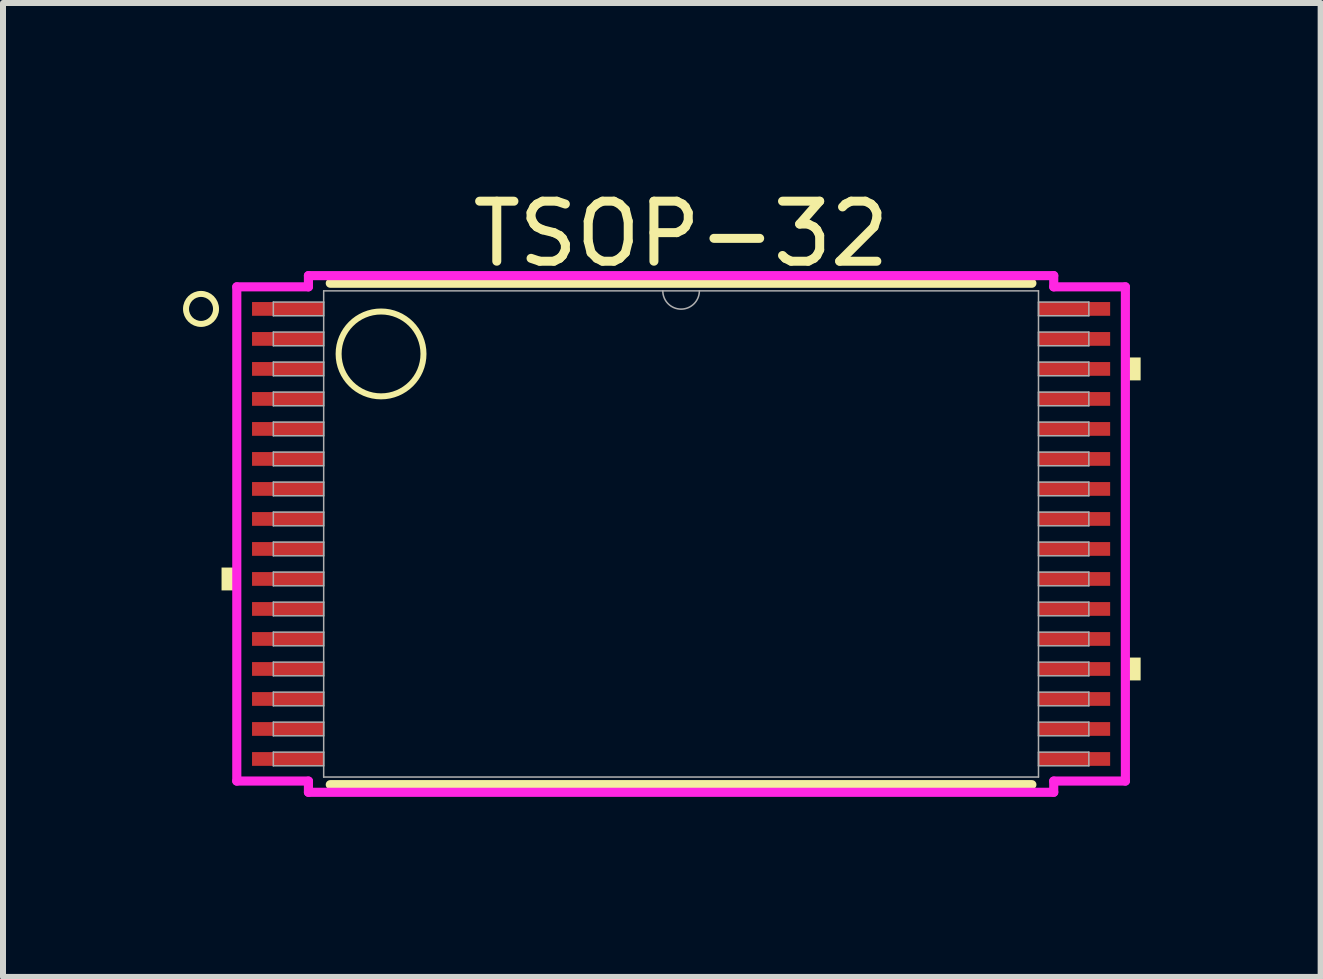
<source format=kicad_pcb>
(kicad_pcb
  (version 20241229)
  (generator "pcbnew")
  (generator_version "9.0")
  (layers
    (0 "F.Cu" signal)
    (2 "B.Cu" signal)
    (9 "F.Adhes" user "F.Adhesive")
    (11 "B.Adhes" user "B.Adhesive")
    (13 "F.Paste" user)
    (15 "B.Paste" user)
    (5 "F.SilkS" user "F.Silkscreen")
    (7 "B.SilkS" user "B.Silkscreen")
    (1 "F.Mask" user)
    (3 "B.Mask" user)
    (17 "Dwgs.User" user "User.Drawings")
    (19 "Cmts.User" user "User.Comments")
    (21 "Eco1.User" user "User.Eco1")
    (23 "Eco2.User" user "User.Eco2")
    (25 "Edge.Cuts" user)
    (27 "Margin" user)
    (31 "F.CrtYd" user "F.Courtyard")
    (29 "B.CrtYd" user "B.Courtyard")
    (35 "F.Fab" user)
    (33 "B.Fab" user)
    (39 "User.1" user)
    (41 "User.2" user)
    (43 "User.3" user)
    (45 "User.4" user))
  (footprint "TSOP-32"
    (layer "F.Cu")
    (at 8.3 5.848)
    (property "Reference" "TSOP-32" (at 0 -5 0) (unlocked yes) (layer "F.SilkS") (effects (font (size 1 1) (thickness 0.15))))
    (attr smd)
    (fp_line (start -5.846 4.178) (end 5.846 4.178) (stroke (width 0.152) (type solid)) (layer "F.SilkS"))
    (fp_line (start 5.846 -4.178) (end -5.846 -4.178) (stroke (width 0.152) (type solid)) (layer "F.SilkS"))
    (fp_circle (center -8 -3.75) (end -8.25 -3.75) (stroke (width 0.1) (type default)) (fill no) (layer "F.SilkS"))
    (fp_circle (center -5 -3) (end -4.5 -3.5) (stroke (width 0.1) (type default)) (fill no) (layer "F.SilkS"))
    (fp_poly (pts (xy -7.658 0.56) (xy -7.658 0.941) (xy -7.404 0.941) (xy -7.404 0.56)) (stroke (width 0) (type solid)) (fill yes) (layer "F.SilkS"))
    (fp_poly (pts (xy 7.658 -2.941) (xy 7.658 -2.559) (xy 7.404 -2.559) (xy 7.404 -2.941)) (stroke (width 0) (type solid)) (fill yes) (layer "F.SilkS"))
    (fp_poly (pts (xy 7.658 2.06) (xy 7.658 2.441) (xy 7.404 2.441) (xy 7.404 2.06)) (stroke (width 0) (type solid)) (fill yes) (layer "F.SilkS"))
    (fp_line (start -7.404 -4.118) (end -6.21 -4.118) (stroke (width 0.152) (type solid)) (layer "F.CrtYd"))
    (fp_line (start -7.404 4.118) (end -7.404 -4.118) (stroke (width 0.152) (type solid)) (layer "F.CrtYd"))
    (fp_line (start -7.404 4.118) (end -6.21 4.118) (stroke (width 0.152) (type solid)) (layer "F.CrtYd"))
    (fp_line (start -6.21 -4.305) (end 6.21 -4.305) (stroke (width 0.152) (type solid)) (layer "F.CrtYd"))
    (fp_line (start -6.21 -4.118) (end -6.21 -4.305) (stroke (width 0.152) (type solid)) (layer "F.CrtYd"))
    (fp_line (start -6.21 4.305) (end -6.21 4.118) (stroke (width 0.152) (type solid)) (layer "F.CrtYd"))
    (fp_line (start 6.21 -4.305) (end 6.21 -4.118) (stroke (width 0.152) (type solid)) (layer "F.CrtYd"))
    (fp_line (start 6.21 4.118) (end 6.21 4.305) (stroke (width 0.152) (type solid)) (layer "F.CrtYd"))
    (fp_line (start 6.21 4.305) (end -6.21 4.305) (stroke (width 0.152) (type solid)) (layer "F.CrtYd"))
    (fp_line (start 7.404 -4.118) (end 6.21 -4.118) (stroke (width 0.152) (type solid)) (layer "F.CrtYd"))
    (fp_line (start 7.404 -4.118) (end 7.404 4.118) (stroke (width 0.152) (type solid)) (layer "F.CrtYd"))
    (fp_line (start 7.404 4.118) (end 6.21 4.118) (stroke (width 0.152) (type solid)) (layer "F.CrtYd"))
    (fp_line (start -6.795 -3.864) (end -6.795 -3.636) (stroke (width 0.025) (type solid)) (layer "F.Fab"))
    (fp_line (start -6.795 -3.636) (end -5.956 -3.636) (stroke (width 0.025) (type solid)) (layer "F.Fab"))
    (fp_line (start -6.795 -3.364) (end -6.795 -3.136) (stroke (width 0.025) (type solid)) (layer "F.Fab"))
    (fp_line (start -6.795 -3.136) (end -5.956 -3.136) (stroke (width 0.025) (type solid)) (layer "F.Fab"))
    (fp_line (start -6.795 -2.864) (end -6.795 -2.636) (stroke (width 0.025) (type solid)) (layer "F.Fab"))
    (fp_line (start -6.795 -2.636) (end -5.956 -2.636) (stroke (width 0.025) (type solid)) (layer "F.Fab"))
    (fp_line (start -6.795 -2.364) (end -6.795 -2.136) (stroke (width 0.025) (type solid)) (layer "F.Fab"))
    (fp_line (start -6.795 -2.136) (end -5.956 -2.136) (stroke (width 0.025) (type solid)) (layer "F.Fab"))
    (fp_line (start -6.795 -1.864) (end -6.795 -1.636) (stroke (width 0.025) (type solid)) (layer "F.Fab"))
    (fp_line (start -6.795 -1.636) (end -5.956 -1.636) (stroke (width 0.025) (type solid)) (layer "F.Fab"))
    (fp_line (start -6.795 -1.364) (end -6.795 -1.136) (stroke (width 0.025) (type solid)) (layer "F.Fab"))
    (fp_line (start -6.795 -1.136) (end -5.956 -1.136) (stroke (width 0.025) (type solid)) (layer "F.Fab"))
    (fp_line (start -6.795 -0.864) (end -6.795 -0.636) (stroke (width 0.025) (type solid)) (layer "F.Fab"))
    (fp_line (start -6.795 -0.636) (end -5.956 -0.636) (stroke (width 0.025) (type solid)) (layer "F.Fab"))
    (fp_line (start -6.795 -0.364) (end -6.795 -0.136) (stroke (width 0.025) (type solid)) (layer "F.Fab"))
    (fp_line (start -6.795 -0.136) (end -5.956 -0.136) (stroke (width 0.025) (type solid)) (layer "F.Fab"))
    (fp_line (start -6.795 0.136) (end -6.795 0.364) (stroke (width 0.025) (type solid)) (layer "F.Fab"))
    (fp_line (start -6.795 0.364) (end -5.956 0.364) (stroke (width 0.025) (type solid)) (layer "F.Fab"))
    (fp_line (start -6.795 0.636) (end -6.795 0.864) (stroke (width 0.025) (type solid)) (layer "F.Fab"))
    (fp_line (start -6.795 0.864) (end -5.956 0.864) (stroke (width 0.025) (type solid)) (layer "F.Fab"))
    (fp_line (start -6.795 1.136) (end -6.795 1.364) (stroke (width 0.025) (type solid)) (layer "F.Fab"))
    (fp_line (start -6.795 1.364) (end -5.956 1.364) (stroke (width 0.025) (type solid)) (layer "F.Fab"))
    (fp_line (start -6.795 1.636) (end -6.795 1.864) (stroke (width 0.025) (type solid)) (layer "F.Fab"))
    (fp_line (start -6.795 1.864) (end -5.956 1.864) (stroke (width 0.025) (type solid)) (layer "F.Fab"))
    (fp_line (start -6.795 2.136) (end -6.795 2.364) (stroke (width 0.025) (type solid)) (layer "F.Fab"))
    (fp_line (start -6.795 2.364) (end -5.956 2.364) (stroke (width 0.025) (type solid)) (layer "F.Fab"))
    (fp_line (start -6.795 2.636) (end -6.795 2.864) (stroke (width 0.025) (type solid)) (layer "F.Fab"))
    (fp_line (start -6.795 2.864) (end -5.956 2.864) (stroke (width 0.025) (type solid)) (layer "F.Fab"))
    (fp_line (start -6.795 3.136) (end -6.795 3.364) (stroke (width 0.025) (type solid)) (layer "F.Fab"))
    (fp_line (start -6.795 3.364) (end -5.956 3.364) (stroke (width 0.025) (type solid)) (layer "F.Fab"))
    (fp_line (start -6.795 3.636) (end -6.795 3.864) (stroke (width 0.025) (type solid)) (layer "F.Fab"))
    (fp_line (start -6.795 3.864) (end -5.956 3.864) (stroke (width 0.025) (type solid)) (layer "F.Fab"))
    (fp_line (start -5.956 -4.051) (end -5.956 4.051) (stroke (width 0.025) (type solid)) (layer "F.Fab"))
    (fp_line (start -5.956 -3.864) (end -6.795 -3.864) (stroke (width 0.025) (type solid)) (layer "F.Fab"))
    (fp_line (start -5.956 -3.636) (end -5.956 -3.864) (stroke (width 0.025) (type solid)) (layer "F.Fab"))
    (fp_line (start -5.956 -3.364) (end -6.795 -3.364) (stroke (width 0.025) (type solid)) (layer "F.Fab"))
    (fp_line (start -5.956 -3.136) (end -5.956 -3.364) (stroke (width 0.025) (type solid)) (layer "F.Fab"))
    (fp_line (start -5.956 -2.864) (end -6.795 -2.864) (stroke (width 0.025) (type solid)) (layer "F.Fab"))
    (fp_line (start -5.956 -2.636) (end -5.956 -2.864) (stroke (width 0.025) (type solid)) (layer "F.Fab"))
    (fp_line (start -5.956 -2.364) (end -6.795 -2.364) (stroke (width 0.025) (type solid)) (layer "F.Fab"))
    (fp_line (start -5.956 -2.136) (end -5.956 -2.364) (stroke (width 0.025) (type solid)) (layer "F.Fab"))
    (fp_line (start -5.956 -1.864) (end -6.795 -1.864) (stroke (width 0.025) (type solid)) (layer "F.Fab"))
    (fp_line (start -5.956 -1.636) (end -5.956 -1.864) (stroke (width 0.025) (type solid)) (layer "F.Fab"))
    (fp_line (start -5.956 -1.364) (end -6.795 -1.364) (stroke (width 0.025) (type solid)) (layer "F.Fab"))
    (fp_line (start -5.956 -1.136) (end -5.956 -1.364) (stroke (width 0.025) (type solid)) (layer "F.Fab"))
    (fp_line (start -5.956 -0.864) (end -6.795 -0.864) (stroke (width 0.025) (type solid)) (layer "F.Fab"))
    (fp_line (start -5.956 -0.636) (end -5.956 -0.864) (stroke (width 0.025) (type solid)) (layer "F.Fab"))
    (fp_line (start -5.956 -0.364) (end -6.795 -0.364) (stroke (width 0.025) (type solid)) (layer "F.Fab"))
    (fp_line (start -5.956 -0.136) (end -5.956 -0.364) (stroke (width 0.025) (type solid)) (layer "F.Fab"))
    (fp_line (start -5.956 0.136) (end -6.795 0.136) (stroke (width 0.025) (type solid)) (layer "F.Fab"))
    (fp_line (start -5.956 0.364) (end -5.956 0.136) (stroke (width 0.025) (type solid)) (layer "F.Fab"))
    (fp_line (start -5.956 0.636) (end -6.795 0.636) (stroke (width 0.025) (type solid)) (layer "F.Fab"))
    (fp_line (start -5.956 0.864) (end -5.956 0.636) (stroke (width 0.025) (type solid)) (layer "F.Fab"))
    (fp_line (start -5.956 1.136) (end -6.795 1.136) (stroke (width 0.025) (type solid)) (layer "F.Fab"))
    (fp_line (start -5.956 1.364) (end -5.956 1.136) (stroke (width 0.025) (type solid)) (layer "F.Fab"))
    (fp_line (start -5.956 1.636) (end -6.795 1.636) (stroke (width 0.025) (type solid)) (layer "F.Fab"))
    (fp_line (start -5.956 1.864) (end -5.956 1.636) (stroke (width 0.025) (type solid)) (layer "F.Fab"))
    (fp_line (start -5.956 2.136) (end -6.795 2.136) (stroke (width 0.025) (type solid)) (layer "F.Fab"))
    (fp_line (start -5.956 2.364) (end -5.956 2.136) (stroke (width 0.025) (type solid)) (layer "F.Fab"))
    (fp_line (start -5.956 2.636) (end -6.795 2.636) (stroke (width 0.025) (type solid)) (layer "F.Fab"))
    (fp_line (start -5.956 2.864) (end -5.956 2.636) (stroke (width 0.025) (type solid)) (layer "F.Fab"))
    (fp_line (start -5.956 3.136) (end -6.795 3.136) (stroke (width 0.025) (type solid)) (layer "F.Fab"))
    (fp_line (start -5.956 3.364) (end -5.956 3.136) (stroke (width 0.025) (type solid)) (layer "F.Fab"))
    (fp_line (start -5.956 3.636) (end -6.795 3.636) (stroke (width 0.025) (type solid)) (layer "F.Fab"))
    (fp_line (start -5.956 3.864) (end -5.956 3.636) (stroke (width 0.025) (type solid)) (layer "F.Fab"))
    (fp_line (start -5.956 4.051) (end 5.956 4.051) (stroke (width 0.025) (type solid)) (layer "F.Fab"))
    (fp_line (start 5.956 -4.051) (end -5.956 -4.051) (stroke (width 0.025) (type solid)) (layer "F.Fab"))
    (fp_line (start 5.956 -3.864) (end 5.956 -3.636) (stroke (width 0.025) (type solid)) (layer "F.Fab"))
    (fp_line (start 5.956 -3.636) (end 6.795 -3.636) (stroke (width 0.025) (type solid)) (layer "F.Fab"))
    (fp_line (start 5.956 -3.364) (end 5.956 -3.136) (stroke (width 0.025) (type solid)) (layer "F.Fab"))
    (fp_line (start 5.956 -3.136) (end 6.795 -3.136) (stroke (width 0.025) (type solid)) (layer "F.Fab"))
    (fp_line (start 5.956 -2.864) (end 5.956 -2.636) (stroke (width 0.025) (type solid)) (layer "F.Fab"))
    (fp_line (start 5.956 -2.636) (end 6.795 -2.636) (stroke (width 0.025) (type solid)) (layer "F.Fab"))
    (fp_line (start 5.956 -2.364) (end 5.956 -2.136) (stroke (width 0.025) (type solid)) (layer "F.Fab"))
    (fp_line (start 5.956 -2.136) (end 6.795 -2.136) (stroke (width 0.025) (type solid)) (layer "F.Fab"))
    (fp_line (start 5.956 -1.864) (end 5.956 -1.636) (stroke (width 0.025) (type solid)) (layer "F.Fab"))
    (fp_line (start 5.956 -1.636) (end 6.795 -1.636) (stroke (width 0.025) (type solid)) (layer "F.Fab"))
    (fp_line (start 5.956 -1.364) (end 5.956 -1.136) (stroke (width 0.025) (type solid)) (layer "F.Fab"))
    (fp_line (start 5.956 -1.136) (end 6.795 -1.136) (stroke (width 0.025) (type solid)) (layer "F.Fab"))
    (fp_line (start 5.956 -0.864) (end 5.956 -0.636) (stroke (width 0.025) (type solid)) (layer "F.Fab"))
    (fp_line (start 5.956 -0.636) (end 6.795 -0.636) (stroke (width 0.025) (type solid)) (layer "F.Fab"))
    (fp_line (start 5.956 -0.364) (end 5.956 -0.136) (stroke (width 0.025) (type solid)) (layer "F.Fab"))
    (fp_line (start 5.956 -0.136) (end 6.795 -0.136) (stroke (width 0.025) (type solid)) (layer "F.Fab"))
    (fp_line (start 5.956 0.136) (end 5.956 0.364) (stroke (width 0.025) (type solid)) (layer "F.Fab"))
    (fp_line (start 5.956 0.364) (end 6.795 0.364) (stroke (width 0.025) (type solid)) (layer "F.Fab"))
    (fp_line (start 5.956 0.636) (end 5.956 0.864) (stroke (width 0.025) (type solid)) (layer "F.Fab"))
    (fp_line (start 5.956 0.864) (end 6.795 0.864) (stroke (width 0.025) (type solid)) (layer "F.Fab"))
    (fp_line (start 5.956 1.136) (end 5.956 1.364) (stroke (width 0.025) (type solid)) (layer "F.Fab"))
    (fp_line (start 5.956 1.364) (end 6.795 1.364) (stroke (width 0.025) (type solid)) (layer "F.Fab"))
    (fp_line (start 5.956 1.636) (end 5.956 1.864) (stroke (width 0.025) (type solid)) (layer "F.Fab"))
    (fp_line (start 5.956 1.864) (end 6.795 1.864) (stroke (width 0.025) (type solid)) (layer "F.Fab"))
    (fp_line (start 5.956 2.136) (end 5.956 2.364) (stroke (width 0.025) (type solid)) (layer "F.Fab"))
    (fp_line (start 5.956 2.364) (end 6.795 2.364) (stroke (width 0.025) (type solid)) (layer "F.Fab"))
    (fp_line (start 5.956 2.636) (end 5.956 2.864) (stroke (width 0.025) (type solid)) (layer "F.Fab"))
    (fp_line (start 5.956 2.864) (end 6.795 2.864) (stroke (width 0.025) (type solid)) (layer "F.Fab"))
    (fp_line (start 5.956 3.136) (end 5.956 3.364) (stroke (width 0.025) (type solid)) (layer "F.Fab"))
    (fp_line (start 5.956 3.364) (end 6.795 3.364) (stroke (width 0.025) (type solid)) (layer "F.Fab"))
    (fp_line (start 5.956 3.636) (end 5.956 3.864) (stroke (width 0.025) (type solid)) (layer "F.Fab"))
    (fp_line (start 5.956 3.864) (end 6.795 3.864) (stroke (width 0.025) (type solid)) (layer "F.Fab"))
    (fp_line (start 5.956 4.051) (end 5.956 -4.051) (stroke (width 0.025) (type solid)) (layer "F.Fab"))
    (fp_line (start 6.795 -3.864) (end 5.956 -3.864) (stroke (width 0.025) (type solid)) (layer "F.Fab"))
    (fp_line (start 6.795 -3.636) (end 6.795 -3.864) (stroke (width 0.025) (type solid)) (layer "F.Fab"))
    (fp_line (start 6.795 -3.364) (end 5.956 -3.364) (stroke (width 0.025) (type solid)) (layer "F.Fab"))
    (fp_line (start 6.795 -3.136) (end 6.795 -3.364) (stroke (width 0.025) (type solid)) (layer "F.Fab"))
    (fp_line (start 6.795 -2.864) (end 5.956 -2.864) (stroke (width 0.025) (type solid)) (layer "F.Fab"))
    (fp_line (start 6.795 -2.636) (end 6.795 -2.864) (stroke (width 0.025) (type solid)) (layer "F.Fab"))
    (fp_line (start 6.795 -2.364) (end 5.956 -2.364) (stroke (width 0.025) (type solid)) (layer "F.Fab"))
    (fp_line (start 6.795 -2.136) (end 6.795 -2.364) (stroke (width 0.025) (type solid)) (layer "F.Fab"))
    (fp_line (start 6.795 -1.864) (end 5.956 -1.864) (stroke (width 0.025) (type solid)) (layer "F.Fab"))
    (fp_line (start 6.795 -1.636) (end 6.795 -1.864) (stroke (width 0.025) (type solid)) (layer "F.Fab"))
    (fp_line (start 6.795 -1.364) (end 5.956 -1.364) (stroke (width 0.025) (type solid)) (layer "F.Fab"))
    (fp_line (start 6.795 -1.136) (end 6.795 -1.364) (stroke (width 0.025) (type solid)) (layer "F.Fab"))
    (fp_line (start 6.795 -0.864) (end 5.956 -0.864) (stroke (width 0.025) (type solid)) (layer "F.Fab"))
    (fp_line (start 6.795 -0.636) (end 6.795 -0.864) (stroke (width 0.025) (type solid)) (layer "F.Fab"))
    (fp_line (start 6.795 -0.364) (end 5.956 -0.364) (stroke (width 0.025) (type solid)) (layer "F.Fab"))
    (fp_line (start 6.795 -0.136) (end 6.795 -0.364) (stroke (width 0.025) (type solid)) (layer "F.Fab"))
    (fp_line (start 6.795 0.136) (end 5.956 0.136) (stroke (width 0.025) (type solid)) (layer "F.Fab"))
    (fp_line (start 6.795 0.364) (end 6.795 0.136) (stroke (width 0.025) (type solid)) (layer "F.Fab"))
    (fp_line (start 6.795 0.636) (end 5.956 0.636) (stroke (width 0.025) (type solid)) (layer "F.Fab"))
    (fp_line (start 6.795 0.864) (end 6.795 0.636) (stroke (width 0.025) (type solid)) (layer "F.Fab"))
    (fp_line (start 6.795 1.136) (end 5.956 1.136) (stroke (width 0.025) (type solid)) (layer "F.Fab"))
    (fp_line (start 6.795 1.364) (end 6.795 1.136) (stroke (width 0.025) (type solid)) (layer "F.Fab"))
    (fp_line (start 6.795 1.636) (end 5.956 1.636) (stroke (width 0.025) (type solid)) (layer "F.Fab"))
    (fp_line (start 6.795 1.864) (end 6.795 1.636) (stroke (width 0.025) (type solid)) (layer "F.Fab"))
    (fp_line (start 6.795 2.136) (end 5.956 2.136) (stroke (width 0.025) (type solid)) (layer "F.Fab"))
    (fp_line (start 6.795 2.364) (end 6.795 2.136) (stroke (width 0.025) (type solid)) (layer "F.Fab"))
    (fp_line (start 6.795 2.636) (end 5.956 2.636) (stroke (width 0.025) (type solid)) (layer "F.Fab"))
    (fp_line (start 6.795 2.864) (end 6.795 2.636) (stroke (width 0.025) (type solid)) (layer "F.Fab"))
    (fp_line (start 6.795 3.136) (end 5.956 3.136) (stroke (width 0.025) (type solid)) (layer "F.Fab"))
    (fp_line (start 6.795 3.364) (end 6.795 3.136) (stroke (width 0.025) (type solid)) (layer "F.Fab"))
    (fp_line (start 6.795 3.636) (end 5.956 3.636) (stroke (width 0.025) (type solid)) (layer "F.Fab"))
    (fp_line (start 6.795 3.864) (end 6.795 3.636) (stroke (width 0.025) (type solid)) (layer "F.Fab"))
    (fp_arc (start 0.3048 -4.0513) (mid 0 -3.7465) (end -0.3048 -4.0513) (stroke (width 0.0254) (type solid)) (layer "F.Fab"))
    (pad "1" smd rect (at -6.553 -3.75) (size 1.194 0.229) (layers "F.Cu" "F.Mask" "F.Paste"))
    (pad "2" smd rect (at -6.553 -3.25) (size 1.194 0.229) (layers "F.Cu" "F.Mask" "F.Paste"))
    (pad "3" smd rect (at -6.553 -2.75) (size 1.194 0.229) (layers "F.Cu" "F.Mask" "F.Paste"))
    (pad "4" smd rect (at -6.553 -2.25) (size 1.194 0.229) (layers "F.Cu" "F.Mask" "F.Paste"))
    (pad "5" smd rect (at -6.553 -1.75) (size 1.194 0.229) (layers "F.Cu" "F.Mask" "F.Paste"))
    (pad "6" smd rect (at -6.553 -1.25) (size 1.194 0.229) (layers "F.Cu" "F.Mask" "F.Paste"))
    (pad "7" smd rect (at -6.553 -0.75) (size 1.194 0.229) (layers "F.Cu" "F.Mask" "F.Paste"))
    (pad "8" smd rect (at -6.553 -0.25) (size 1.194 0.229) (layers "F.Cu" "F.Mask" "F.Paste"))
    (pad "9" smd rect (at -6.553 0.25) (size 1.194 0.229) (layers "F.Cu" "F.Mask" "F.Paste"))
    (pad "10" smd rect (at -6.553 0.75) (size 1.194 0.229) (layers "F.Cu" "F.Mask" "F.Paste"))
    (pad "11" smd rect (at -6.553 1.25) (size 1.194 0.229) (layers "F.Cu" "F.Mask" "F.Paste"))
    (pad "12" smd rect (at -6.553 1.75) (size 1.194 0.229) (layers "F.Cu" "F.Mask" "F.Paste"))
    (pad "13" smd rect (at -6.553 2.25) (size 1.194 0.229) (layers "F.Cu" "F.Mask" "F.Paste"))
    (pad "14" smd rect (at -6.553 2.75) (size 1.194 0.229) (layers "F.Cu" "F.Mask" "F.Paste"))
    (pad "15" smd rect (at -6.553 3.25) (size 1.194 0.229) (layers "F.Cu" "F.Mask" "F.Paste"))
    (pad "16" smd rect (at -6.553 3.75) (size 1.194 0.229) (layers "F.Cu" "F.Mask" "F.Paste"))
    (pad "17" smd rect (at 6.553 3.75) (size 1.194 0.229) (layers "F.Cu" "F.Mask" "F.Paste"))
    (pad "18" smd rect (at 6.553 3.25) (size 1.194 0.229) (layers "F.Cu" "F.Mask" "F.Paste"))
    (pad "19" smd rect (at 6.553 2.75) (size 1.194 0.229) (layers "F.Cu" "F.Mask" "F.Paste"))
    (pad "20" smd rect (at 6.553 2.25) (size 1.194 0.229) (layers "F.Cu" "F.Mask" "F.Paste"))
    (pad "21" smd rect (at 6.553 1.75) (size 1.194 0.229) (layers "F.Cu" "F.Mask" "F.Paste"))
    (pad "22" smd rect (at 6.553 1.25) (size 1.194 0.229) (layers "F.Cu" "F.Mask" "F.Paste"))
    (pad "23" smd rect (at 6.553 0.75) (size 1.194 0.229) (layers "F.Cu" "F.Mask" "F.Paste"))
    (pad "24" smd rect (at 6.553 0.25) (size 1.194 0.229) (layers "F.Cu" "F.Mask" "F.Paste"))
    (pad "25" smd rect (at 6.553 -0.25) (size 1.194 0.229) (layers "F.Cu" "F.Mask" "F.Paste"))
    (pad "26" smd rect (at 6.553 -0.75) (size 1.194 0.229) (layers "F.Cu" "F.Mask" "F.Paste"))
    (pad "27" smd rect (at 6.553 -1.25) (size 1.194 0.229) (layers "F.Cu" "F.Mask" "F.Paste"))
    (pad "28" smd rect (at 6.553 -1.75) (size 1.194 0.229) (layers "F.Cu" "F.Mask" "F.Paste"))
    (pad "29" smd rect (at 6.553 -2.25) (size 1.194 0.229) (layers "F.Cu" "F.Mask" "F.Paste"))
    (pad "30" smd rect (at 6.553 -2.75) (size 1.194 0.229) (layers "F.Cu" "F.Mask" "F.Paste"))
    (pad "31" smd rect (at 6.553 -3.25) (size 1.194 0.229) (layers "F.Cu" "F.Mask" "F.Paste"))
    (pad "32" smd rect (at 6.553 -3.75) (size 1.194 0.229) (layers "F.Cu" "F.Mask" "F.Paste")))
  (gr_rect
    (start -3 -3)
    (end 18.958 13.23)
    (stroke (width 0.1) (type default))
    (fill no)
    (layer "Edge.Cuts")))
</source>
